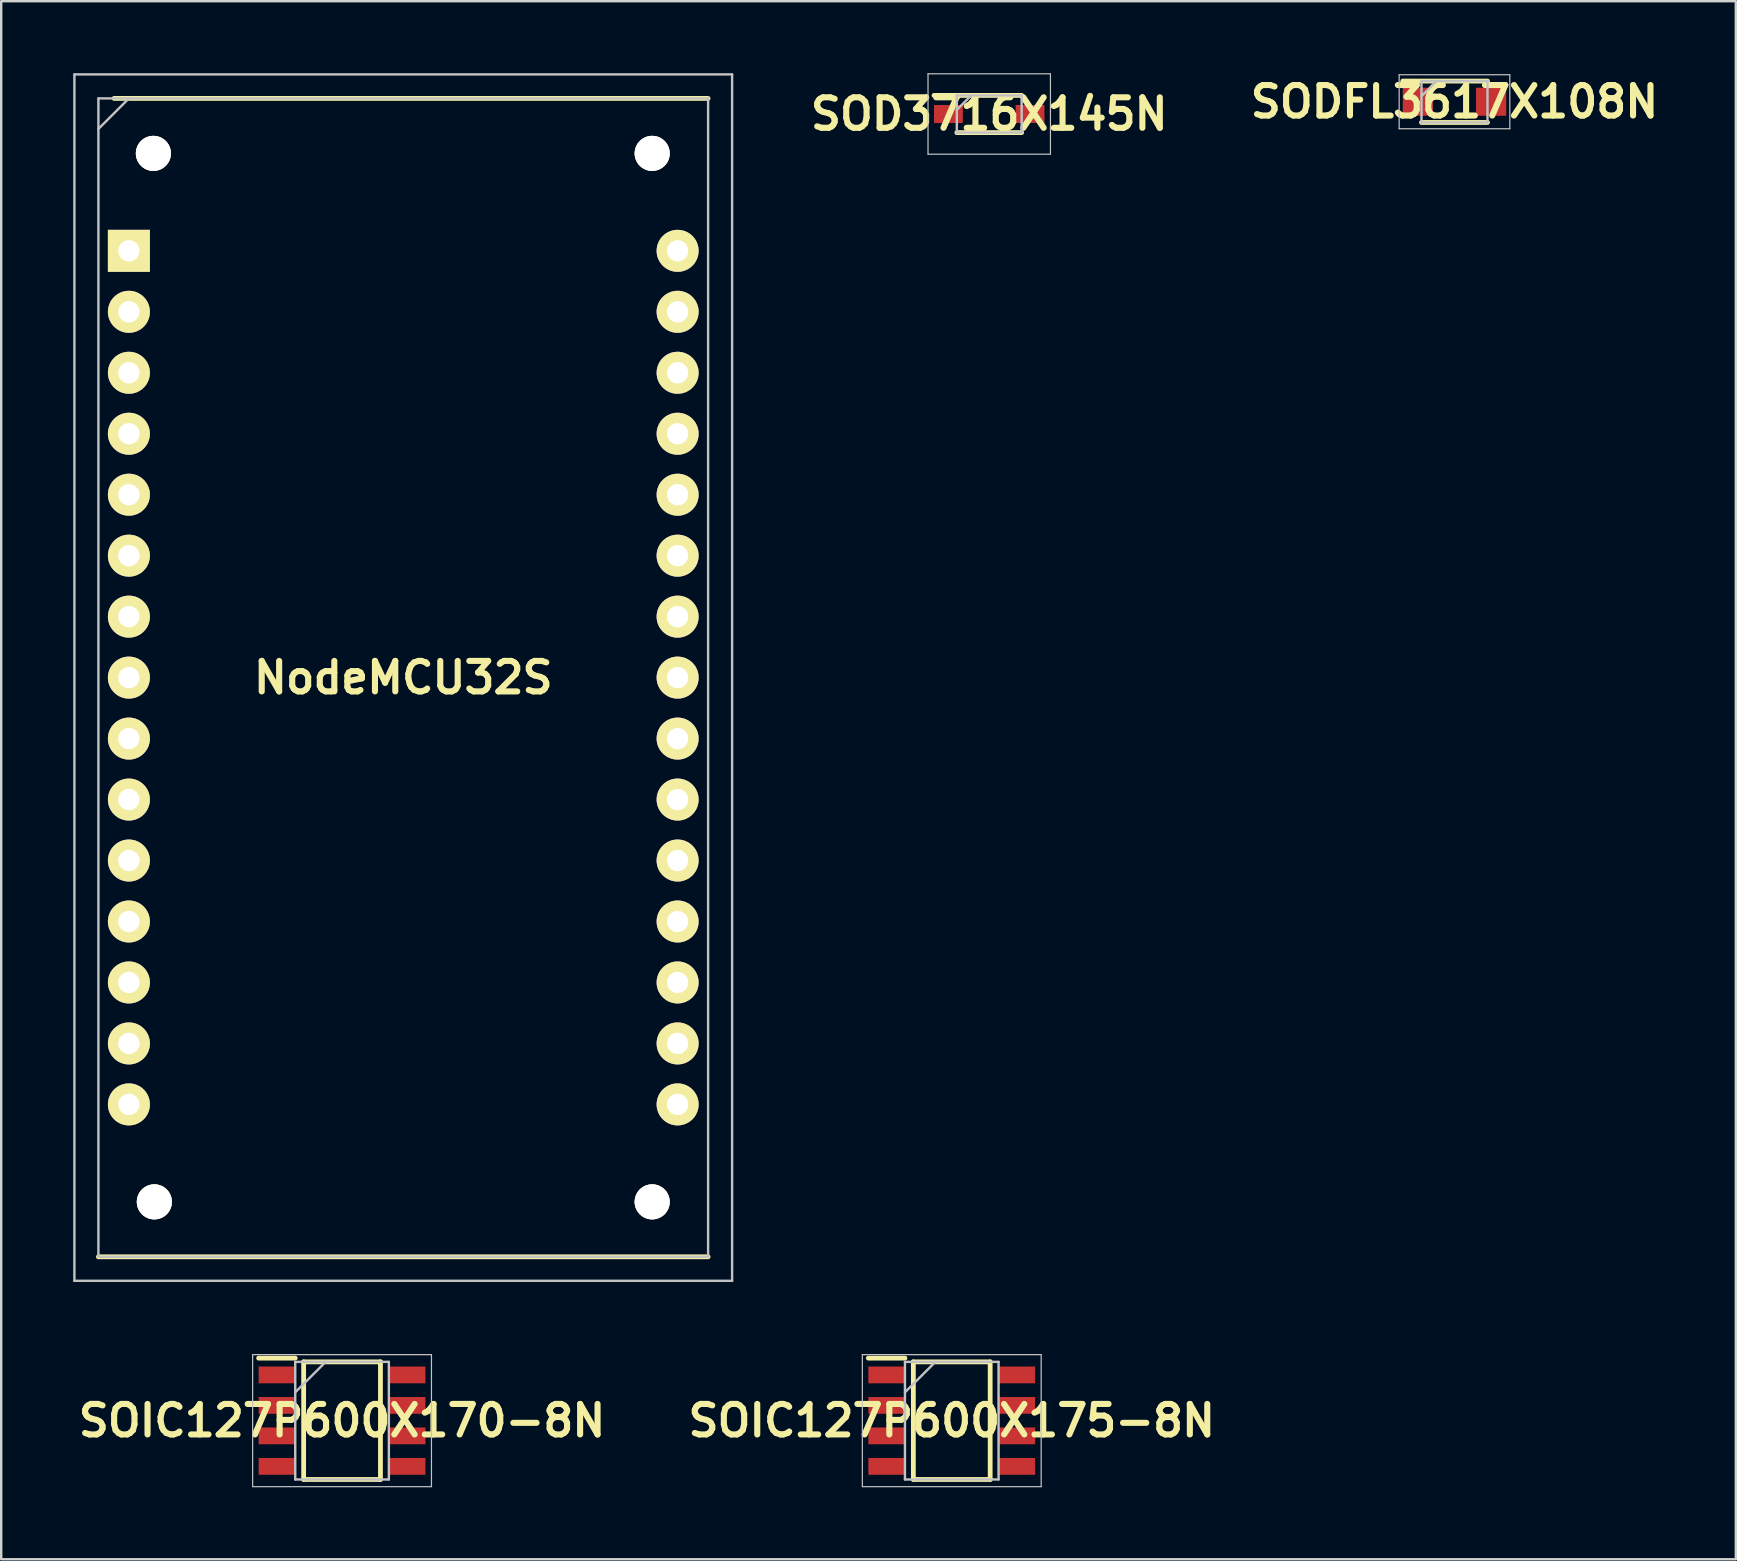
<source format=kicad_pcb>
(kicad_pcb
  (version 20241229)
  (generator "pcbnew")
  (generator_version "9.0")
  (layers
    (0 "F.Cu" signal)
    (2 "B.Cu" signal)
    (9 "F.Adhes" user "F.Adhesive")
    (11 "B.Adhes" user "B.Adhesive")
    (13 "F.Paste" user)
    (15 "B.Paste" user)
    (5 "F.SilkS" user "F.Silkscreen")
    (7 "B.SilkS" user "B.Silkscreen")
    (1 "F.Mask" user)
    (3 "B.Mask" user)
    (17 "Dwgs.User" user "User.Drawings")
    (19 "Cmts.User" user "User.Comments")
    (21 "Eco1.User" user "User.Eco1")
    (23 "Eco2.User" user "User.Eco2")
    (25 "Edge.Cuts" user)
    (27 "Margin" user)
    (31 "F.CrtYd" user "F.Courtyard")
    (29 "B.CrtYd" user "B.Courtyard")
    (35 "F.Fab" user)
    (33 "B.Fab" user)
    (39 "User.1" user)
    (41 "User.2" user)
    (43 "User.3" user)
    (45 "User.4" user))
  (footprint "SOIC127P600X170-8N"
    (layer "F.Cu")
    (at 11.2 56.135)
    (property "Reference" "SOIC127P600X170-8N" (at 0 0 0) (layer "F.SilkS") (effects (font (size 1.27 1.27) (thickness 0.254))))
    (attr smd)
    (fp_line (start -3.475 -2.605) (end -1.95 -2.605) (stroke (width 0.2) (type solid)) (layer "F.SilkS"))
    (fp_line (start -1.6 -2.45) (end 1.6 -2.45) (stroke (width 0.2) (type solid)) (layer "F.SilkS"))
    (fp_line (start -1.6 2.45) (end -1.6 -2.45) (stroke (width 0.2) (type solid)) (layer "F.SilkS"))
    (fp_line (start 1.6 -2.45) (end 1.6 2.45) (stroke (width 0.2) (type solid)) (layer "F.SilkS"))
    (fp_line (start 1.6 2.45) (end -1.6 2.45) (stroke (width 0.2) (type solid)) (layer "F.SilkS"))
    (fp_line (start -3.725 -2.75) (end 3.725 -2.75) (stroke (width 0.05) (type solid)) (layer "Dwgs.User"))
    (fp_line (start -3.725 2.75) (end -3.725 -2.75) (stroke (width 0.05) (type solid)) (layer "Dwgs.User"))
    (fp_line (start -1.95 -2.45) (end 1.95 -2.45) (stroke (width 0.1) (type solid)) (layer "Dwgs.User"))
    (fp_line (start -1.95 -1.18) (end -0.68 -2.45) (stroke (width 0.1) (type solid)) (layer "Dwgs.User"))
    (fp_line (start -1.95 2.45) (end -1.95 -2.45) (stroke (width 0.1) (type solid)) (layer "Dwgs.User"))
    (fp_line (start 1.95 -2.45) (end 1.95 2.45) (stroke (width 0.1) (type solid)) (layer "Dwgs.User"))
    (fp_line (start 1.95 2.45) (end -1.95 2.45) (stroke (width 0.1) (type solid)) (layer "Dwgs.User"))
    (fp_line (start 3.725 -2.75) (end 3.725 2.75) (stroke (width 0.05) (type solid)) (layer "Dwgs.User"))
    (fp_line (start 3.725 2.75) (end -3.725 2.75) (stroke (width 0.05) (type solid)) (layer "Dwgs.User"))
    (pad "1" smd rect (at -2.712 -1.905 90) (size 0.7 1.525) (layers "F.Cu" "F.Mask" "F.Paste"))
    (pad "2" smd rect (at -2.712 -0.635 90) (size 0.7 1.525) (layers "F.Cu" "F.Mask" "F.Paste"))
    (pad "3" smd rect (at -2.712 0.635 90) (size 0.7 1.525) (layers "F.Cu" "F.Mask" "F.Paste"))
    (pad "4" smd rect (at -2.712 1.905 90) (size 0.7 1.525) (layers "F.Cu" "F.Mask" "F.Paste"))
    (pad "5" smd rect (at 2.712 1.905 90) (size 0.7 1.525) (layers "F.Cu" "F.Mask" "F.Paste"))
    (pad "6" smd rect (at 2.712 0.635 90) (size 0.7 1.525) (layers "F.Cu" "F.Mask" "F.Paste"))
    (pad "7" smd rect (at 2.712 -0.635 90) (size 0.7 1.525) (layers "F.Cu" "F.Mask" "F.Paste"))
    (pad "8" smd rect (at 2.712 -1.905 90) (size 0.7 1.525) (layers "F.Cu" "F.Mask" "F.Paste")))
  (footprint "NodeMCU32S"
    (layer "F.Cu")
    (at 2.32 7.4)
    (property "Reference" "NodeMCU32S" (at 11.43 17.78 0) (layer "F.SilkS") (effects (font (size 1.27 1.27) (thickness 0.254))))
    (attr through_hole exclude_from_pos_files)
    (fp_line (start -1.27 41.91) (end 24.13 41.91) (stroke (width 0.2) (type solid)) (layer "F.SilkS"))
    (fp_line (start -0.618 -6.35) (end 24.13 -6.35) (stroke (width 0.2) (type solid)) (layer "F.SilkS"))
    (fp_line (start -2.27 -7.35) (end 25.13 -7.35) (stroke (width 0.1) (type solid)) (layer "Dwgs.User"))
    (fp_line (start -2.27 42.91) (end -2.27 -7.35) (stroke (width 0.1) (type solid)) (layer "Dwgs.User"))
    (fp_line (start -1.27 -6.35) (end 24.13 -6.35) (stroke (width 0.1) (type solid)) (layer "Dwgs.User"))
    (fp_line (start -1.27 -5.08) (end 0 -6.35) (stroke (width 0.1) (type solid)) (layer "Dwgs.User"))
    (fp_line (start -1.27 41.91) (end -1.27 -6.35) (stroke (width 0.1) (type solid)) (layer "Dwgs.User"))
    (fp_line (start 24.13 -6.35) (end 24.13 41.91) (stroke (width 0.1) (type solid)) (layer "Dwgs.User"))
    (fp_line (start 24.13 41.91) (end -1.27 41.91) (stroke (width 0.1) (type solid)) (layer "Dwgs.User"))
    (fp_line (start 25.13 -7.35) (end 25.13 42.91) (stroke (width 0.1) (type solid)) (layer "Dwgs.User"))
    (fp_line (start 25.13 42.91) (end -2.27 42.91) (stroke (width 0.1) (type solid)) (layer "Dwgs.User"))
    (pad "1" thru_hole rect (at 0 0 90) (size 1.75 1.75) (drill 0.889) (layers "*.Cu" "*.Mask" "F.SilkS"))
    (pad "2" thru_hole circle (at 0 2.54 90) (size 1.75 1.75) (drill 0.889) (layers "*.Cu" "*.Mask" "F.SilkS"))
    (pad "3" thru_hole circle (at 0 5.08 90) (size 1.75 1.75) (drill 0.889) (layers "*.Cu" "*.Mask" "F.SilkS"))
    (pad "4" thru_hole circle (at 0 7.62 90) (size 1.75 1.75) (drill 0.889) (layers "*.Cu" "*.Mask" "F.SilkS"))
    (pad "5" thru_hole circle (at 0 10.16 90) (size 1.75 1.75) (drill 0.889) (layers "*.Cu" "*.Mask" "F.SilkS"))
    (pad "6" thru_hole circle (at 0 12.7 90) (size 1.75 1.75) (drill 0.889) (layers "*.Cu" "*.Mask" "F.SilkS"))
    (pad "7" thru_hole circle (at 0 15.24 90) (size 1.75 1.75) (drill 0.889) (layers "*.Cu" "*.Mask" "F.SilkS"))
    (pad "8" thru_hole circle (at 0 17.78 90) (size 1.75 1.75) (drill 0.889) (layers "*.Cu" "*.Mask" "F.SilkS"))
    (pad "9" thru_hole circle (at 0 20.32 90) (size 1.75 1.75) (drill 0.889) (layers "*.Cu" "*.Mask" "F.SilkS"))
    (pad "10" thru_hole circle (at 0 22.86 90) (size 1.75 1.75) (drill 0.889) (layers "*.Cu" "*.Mask" "F.SilkS"))
    (pad "11" thru_hole circle (at 0 25.4 90) (size 1.75 1.75) (drill 0.889) (layers "*.Cu" "*.Mask" "F.SilkS"))
    (pad "12" thru_hole circle (at 0 27.94 90) (size 1.75 1.75) (drill 0.889) (layers "*.Cu" "*.Mask" "F.SilkS"))
    (pad "13" thru_hole circle (at 0 30.48 90) (size 1.75 1.75) (drill 0.889) (layers "*.Cu" "*.Mask" "F.SilkS"))
    (pad "14" thru_hole circle (at 0 33.02 90) (size 1.75 1.75) (drill 0.889) (layers "*.Cu" "*.Mask" "F.SilkS"))
    (pad "15" thru_hole circle (at 0 35.56 90) (size 1.75 1.75) (drill 0.889) (layers "*.Cu" "*.Mask" "F.SilkS"))
    (pad "16" thru_hole circle (at 22.86 35.56 90) (size 1.75 1.75) (drill 0.889) (layers "*.Cu" "*.Mask" "F.SilkS"))
    (pad "17" thru_hole circle (at 22.86 33.02 90) (size 1.75 1.75) (drill 0.889) (layers "*.Cu" "*.Mask" "F.SilkS"))
    (pad "18" thru_hole circle (at 22.86 30.48 90) (size 1.75 1.75) (drill 0.889) (layers "*.Cu" "*.Mask" "F.SilkS"))
    (pad "19" thru_hole circle (at 22.86 27.94 90) (size 1.75 1.75) (drill 0.889) (layers "*.Cu" "*.Mask" "F.SilkS"))
    (pad "20" thru_hole circle (at 22.86 25.4 90) (size 1.75 1.75) (drill 0.889) (layers "*.Cu" "*.Mask" "F.SilkS"))
    (pad "21" thru_hole circle (at 22.86 22.86 90) (size 1.75 1.75) (drill 0.889) (layers "*.Cu" "*.Mask" "F.SilkS"))
    (pad "22" thru_hole circle (at 22.86 20.32 90) (size 1.75 1.75) (drill 0.889) (layers "*.Cu" "*.Mask" "F.SilkS"))
    (pad "23" thru_hole circle (at 22.86 17.78 90) (size 1.75 1.75) (drill 0.889) (layers "*.Cu" "*.Mask" "F.SilkS"))
    (pad "24" thru_hole circle (at 22.86 15.24 90) (size 1.75 1.75) (drill 0.889) (layers "*.Cu" "*.Mask" "F.SilkS"))
    (pad "25" thru_hole circle (at 22.86 12.7 90) (size 1.75 1.75) (drill 0.889) (layers "*.Cu" "*.Mask" "F.SilkS"))
    (pad "26" thru_hole circle (at 22.86 10.16 90) (size 1.75 1.75) (drill 0.889) (layers "*.Cu" "*.Mask" "F.SilkS"))
    (pad "27" thru_hole circle (at 22.86 7.62 90) (size 1.75 1.75) (drill 0.889) (layers "*.Cu" "*.Mask" "F.SilkS"))
    (pad "28" thru_hole circle (at 22.86 5.08 90) (size 1.75 1.75) (drill 0.889) (layers "*.Cu" "*.Mask" "F.SilkS"))
    (pad "29" thru_hole circle (at 22.86 2.54 90) (size 1.75 1.75) (drill 0.889) (layers "*.Cu" "*.Mask" "F.SilkS"))
    (pad "30" thru_hole circle (at 22.86 0 90) (size 1.75 1.75) (drill 0.889) (layers "*.Cu" "*.Mask" "F.SilkS"))
    (pad "31" thru_hole circle (at 1.02 -4.06 90) (size 1.46 1.46) (drill 2.92) (layers "*.Cu" "*.Mask" "F.SilkS"))
    (pad "32" thru_hole circle (at 21.8 -4.06 90) (size 1.46 1.46) (drill 2.92) (layers "*.Cu" "*.Mask" "F.SilkS"))
    (pad "33" thru_hole circle (at 1.06 39.62 90) (size 1.46 1.46) (drill 2.92) (layers "*.Cu" "*.Mask" "F.SilkS"))
    (pad "34" thru_hole circle (at 21.8 39.62 90) (size 1.46 1.46) (drill 2.92) (layers "*.Cu" "*.Mask" "F.SilkS")))
  (footprint "SOIC127P600X175-8N"
    (layer "F.Cu")
    (at 36.601 56.135)
    (property "Reference" "SOIC127P600X175-8N" (at 0 0 0) (layer "F.SilkS") (effects (font (size 1.27 1.27) (thickness 0.254))))
    (attr smd)
    (fp_line (start -3.475 -2.605) (end -1.95 -2.605) (stroke (width 0.2) (type solid)) (layer "F.SilkS"))
    (fp_line (start -1.6 -2.45) (end 1.6 -2.45) (stroke (width 0.2) (type solid)) (layer "F.SilkS"))
    (fp_line (start -1.6 2.45) (end -1.6 -2.45) (stroke (width 0.2) (type solid)) (layer "F.SilkS"))
    (fp_line (start 1.6 -2.45) (end 1.6 2.45) (stroke (width 0.2) (type solid)) (layer "F.SilkS"))
    (fp_line (start 1.6 2.45) (end -1.6 2.45) (stroke (width 0.2) (type solid)) (layer "F.SilkS"))
    (fp_line (start -3.725 -2.75) (end 3.725 -2.75) (stroke (width 0.05) (type solid)) (layer "Dwgs.User"))
    (fp_line (start -3.725 2.75) (end -3.725 -2.75) (stroke (width 0.05) (type solid)) (layer "Dwgs.User"))
    (fp_line (start -1.95 -2.45) (end 1.95 -2.45) (stroke (width 0.1) (type solid)) (layer "Dwgs.User"))
    (fp_line (start -1.95 -1.18) (end -0.68 -2.45) (stroke (width 0.1) (type solid)) (layer "Dwgs.User"))
    (fp_line (start -1.95 2.45) (end -1.95 -2.45) (stroke (width 0.1) (type solid)) (layer "Dwgs.User"))
    (fp_line (start 1.95 -2.45) (end 1.95 2.45) (stroke (width 0.1) (type solid)) (layer "Dwgs.User"))
    (fp_line (start 1.95 2.45) (end -1.95 2.45) (stroke (width 0.1) (type solid)) (layer "Dwgs.User"))
    (fp_line (start 3.725 -2.75) (end 3.725 2.75) (stroke (width 0.05) (type solid)) (layer "Dwgs.User"))
    (fp_line (start 3.725 2.75) (end -3.725 2.75) (stroke (width 0.05) (type solid)) (layer "Dwgs.User"))
    (pad "1" smd rect (at -2.712 -1.905 90) (size 0.7 1.525) (layers "F.Cu" "F.Mask" "F.Paste"))
    (pad "2" smd rect (at -2.712 -0.635 90) (size 0.7 1.525) (layers "F.Cu" "F.Mask" "F.Paste"))
    (pad "3" smd rect (at -2.712 0.635 90) (size 0.7 1.525) (layers "F.Cu" "F.Mask" "F.Paste"))
    (pad "4" smd rect (at -2.712 1.905 90) (size 0.7 1.525) (layers "F.Cu" "F.Mask" "F.Paste"))
    (pad "5" smd rect (at 2.712 1.905 90) (size 0.7 1.525) (layers "F.Cu" "F.Mask" "F.Paste"))
    (pad "6" smd rect (at 2.712 0.635 90) (size 0.7 1.525) (layers "F.Cu" "F.Mask" "F.Paste"))
    (pad "7" smd rect (at 2.712 -0.635 90) (size 0.7 1.525) (layers "F.Cu" "F.Mask" "F.Paste"))
    (pad "8" smd rect (at 2.712 -1.905 90) (size 0.7 1.525) (layers "F.Cu" "F.Mask" "F.Paste")))
  (footprint "SODFL3617X108N"
    (layer "F.Cu")
    (at 57.545 1.189)
    (property "Reference" "SODFL3617X108N" (at 0 0 0) (layer "F.SilkS") (effects (font (size 1.27 1.27) (thickness 0.254))))
    (attr smd)
    (fp_line (start -2.155 -0.862) (end 1.375 -0.862) (stroke (width 0.2) (type solid)) (layer "F.SilkS"))
    (fp_line (start -1.375 0.862) (end 1.375 0.862) (stroke (width 0.2) (type solid)) (layer "F.SilkS"))
    (fp_line (start -2.305 -1.125) (end 2.305 -1.125) (stroke (width 0.05) (type solid)) (layer "Dwgs.User"))
    (fp_line (start -2.305 1.125) (end -2.305 -1.125) (stroke (width 0.05) (type solid)) (layer "Dwgs.User"))
    (fp_line (start -1.375 -0.862) (end 1.375 -0.862) (stroke (width 0.1) (type solid)) (layer "Dwgs.User"))
    (fp_line (start -1.375 -0.232) (end -0.745 -0.862) (stroke (width 0.1) (type solid)) (layer "Dwgs.User"))
    (fp_line (start -1.375 0.862) (end -1.375 -0.862) (stroke (width 0.1) (type solid)) (layer "Dwgs.User"))
    (fp_line (start 1.375 -0.862) (end 1.375 0.862) (stroke (width 0.1) (type solid)) (layer "Dwgs.User"))
    (fp_line (start 1.375 0.862) (end -1.375 0.862) (stroke (width 0.1) (type solid)) (layer "Dwgs.User"))
    (fp_line (start 2.305 -1.125) (end 2.305 1.125) (stroke (width 0.05) (type solid)) (layer "Dwgs.User"))
    (fp_line (start 2.305 1.125) (end -2.305 1.125) (stroke (width 0.05) (type solid)) (layer "Dwgs.User"))
    (pad "1" smd rect (at -1.525 0 90) (size 1.17 1.26) (layers "F.Cu" "F.Mask" "F.Paste"))
    (pad "2" smd rect (at 1.525 0 90) (size 1.17 1.26) (layers "F.Cu" "F.Mask" "F.Paste")))
  (footprint "SOD3716X145N"
    (layer "F.Cu")
    (at 38.162 1.7)
    (property "Reference" "SOD3716X145N" (at 0 0 0) (layer "F.SilkS") (effects (font (size 1.27 1.27) (thickness 0.254))))
    (attr smd)
    (fp_line (start -2.3 -0.775) (end 1.35 -0.775) (stroke (width 0.2) (type solid)) (layer "F.SilkS"))
    (fp_line (start -1.35 0.775) (end 1.35 0.775) (stroke (width 0.2) (type solid)) (layer "F.SilkS"))
    (fp_line (start -2.55 -1.675) (end 2.55 -1.675) (stroke (width 0.05) (type solid)) (layer "Dwgs.User"))
    (fp_line (start -2.55 1.675) (end -2.55 -1.675) (stroke (width 0.05) (type solid)) (layer "Dwgs.User"))
    (fp_line (start -1.35 -0.775) (end 1.35 -0.775) (stroke (width 0.1) (type solid)) (layer "Dwgs.User"))
    (fp_line (start -1.35 -0.175) (end -0.75 -0.775) (stroke (width 0.1) (type solid)) (layer "Dwgs.User"))
    (fp_line (start -1.35 0.775) (end -1.35 -0.775) (stroke (width 0.1) (type solid)) (layer "Dwgs.User"))
    (fp_line (start 1.35 -0.775) (end 1.35 0.775) (stroke (width 0.1) (type solid)) (layer "Dwgs.User"))
    (fp_line (start 1.35 0.775) (end -1.35 0.775) (stroke (width 0.1) (type solid)) (layer "Dwgs.User"))
    (fp_line (start 2.55 -1.675) (end 2.55 1.675) (stroke (width 0.05) (type solid)) (layer "Dwgs.User"))
    (fp_line (start 2.55 1.675) (end -2.55 1.675) (stroke (width 0.05) (type solid)) (layer "Dwgs.User"))
    (pad "1" smd rect (at -1.7 0 90) (size 0.75 1.2) (layers "F.Cu" "F.Mask" "F.Paste"))
    (pad "2" smd rect (at 1.7 0 90) (size 0.75 1.2) (layers "F.Cu" "F.Mask" "F.Paste")))
  (gr_rect
    (start -3 -3)
    (end 69.266 61.91)
    (stroke (width 0.1) (type default))
    (fill no)
    (layer "Edge.Cuts")))
</source>
